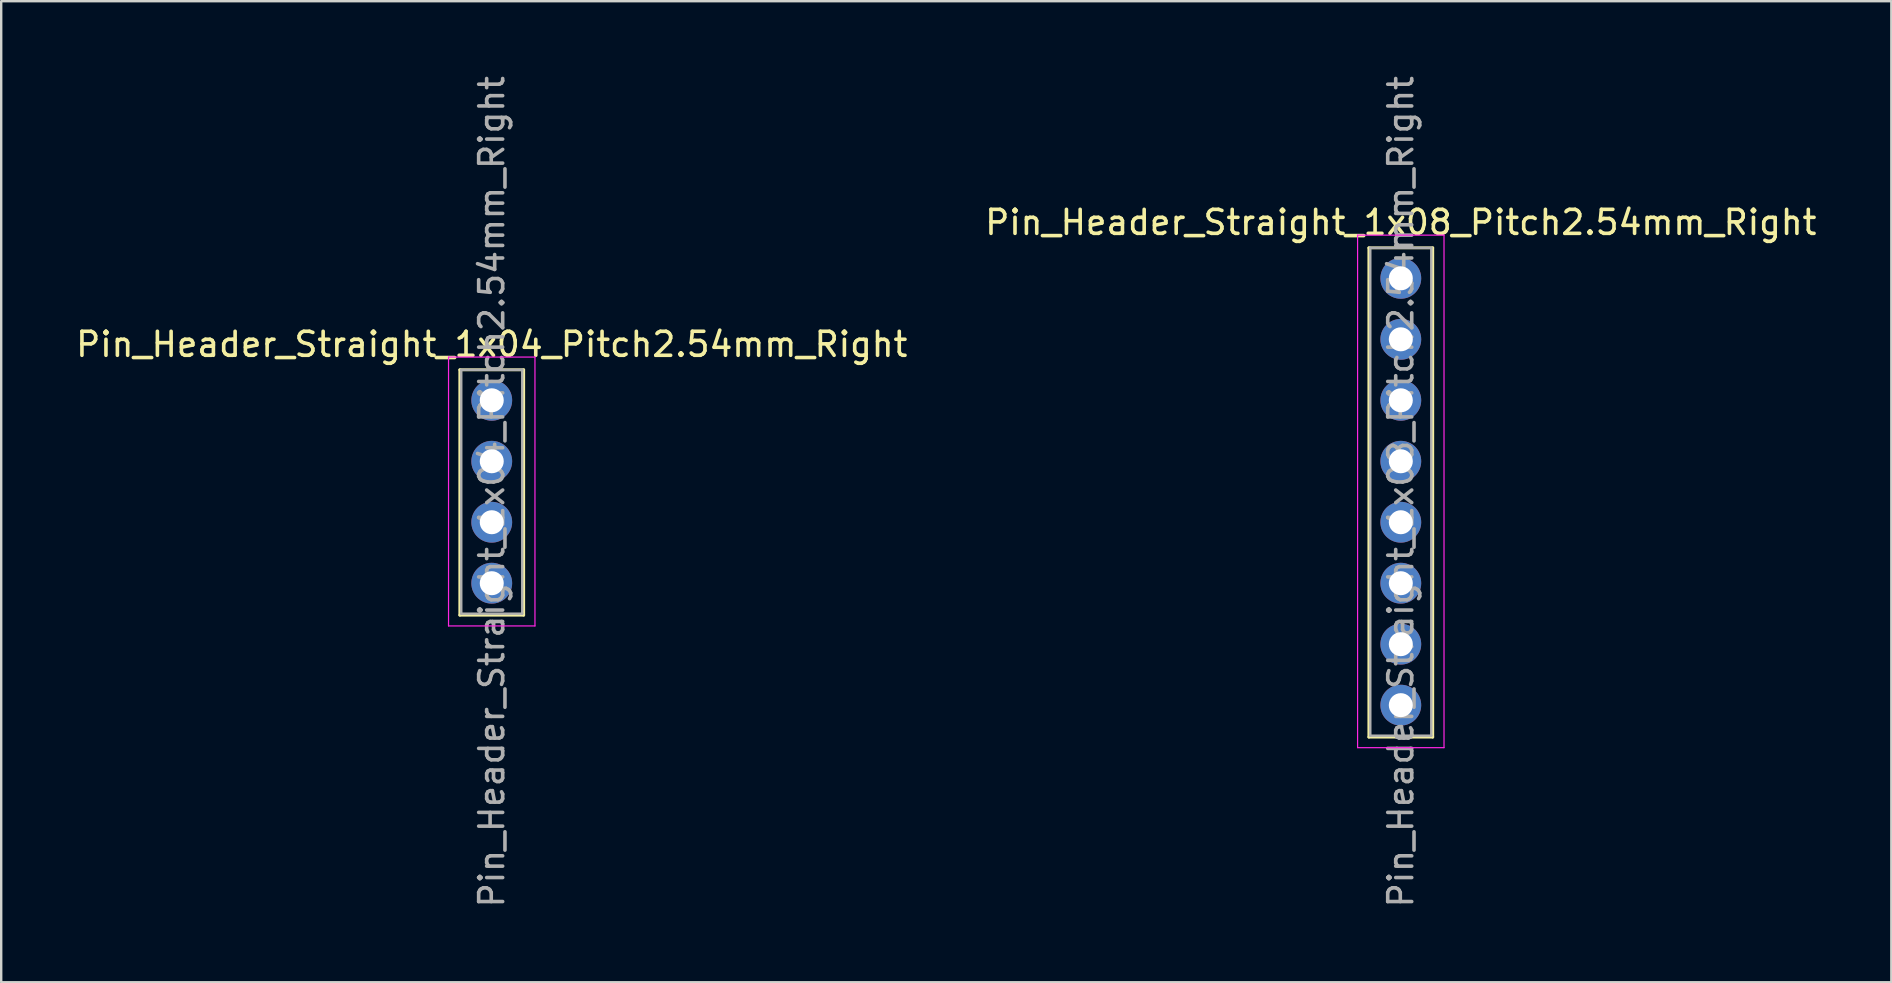
<source format=kicad_pcb>
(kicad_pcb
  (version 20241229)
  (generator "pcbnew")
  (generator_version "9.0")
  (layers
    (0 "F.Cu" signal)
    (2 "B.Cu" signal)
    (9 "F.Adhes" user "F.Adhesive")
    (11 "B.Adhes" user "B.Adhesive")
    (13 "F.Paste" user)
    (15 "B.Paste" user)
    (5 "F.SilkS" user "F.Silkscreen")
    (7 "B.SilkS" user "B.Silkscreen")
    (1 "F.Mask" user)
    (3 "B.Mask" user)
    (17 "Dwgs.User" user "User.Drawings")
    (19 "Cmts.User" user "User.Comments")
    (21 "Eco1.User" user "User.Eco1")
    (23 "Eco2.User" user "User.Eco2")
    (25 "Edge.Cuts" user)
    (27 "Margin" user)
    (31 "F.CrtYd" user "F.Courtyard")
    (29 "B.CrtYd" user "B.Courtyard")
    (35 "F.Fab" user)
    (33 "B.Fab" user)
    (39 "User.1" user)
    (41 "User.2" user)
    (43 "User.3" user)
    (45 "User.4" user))
  (footprint "Pin_Header_Straight_1x08_Pitch2.54mm_Right"
    (layer "F.Cu")
    (at 55.304 8.545)
    (property "Reference" "Pin_Header_Straight_1x08_Pitch2.54mm_Right" (at 0 -2.33 0) (layer "F.SilkS") (effects (font (size 1 1) (thickness 0.15))))
    (attr through_hole)
    (fp_line (start -1.33 -1.27) (end -1.33 19.11) (stroke (width 0.12) (type solid)) (layer "F.SilkS"))
    (fp_line (start -1.33 -1.27) (end 1.33 -1.27) (stroke (width 0.12) (type solid)) (layer "F.SilkS"))
    (fp_line (start -1.33 19.11) (end 1.33 19.11) (stroke (width 0.12) (type solid)) (layer "F.SilkS"))
    (fp_line (start 1.33 -1.27) (end 1.33 19.11) (stroke (width 0.12) (type solid)) (layer "F.SilkS"))
    (fp_line (start -1.8 -1.8) (end -1.8 19.55) (stroke (width 0.05) (type solid)) (layer "F.CrtYd"))
    (fp_line (start -1.8 19.55) (end 1.8 19.55) (stroke (width 0.05) (type solid)) (layer "F.CrtYd"))
    (fp_line (start 1.8 -1.8) (end -1.8 -1.8) (stroke (width 0.05) (type solid)) (layer "F.CrtYd"))
    (fp_line (start 1.8 19.55) (end 1.8 -1.8) (stroke (width 0.05) (type solid)) (layer "F.CrtYd"))
    (fp_line (start -1.27 -1.27) (end 1.27 -1.27) (stroke (width 0.1) (type solid)) (layer "F.Fab"))
    (fp_line (start -1.27 19.05) (end -1.27 -1.27) (stroke (width 0.1) (type solid)) (layer "F.Fab"))
    (fp_line (start 1.27 -1.27) (end 1.27 19.05) (stroke (width 0.1) (type solid)) (layer "F.Fab"))
    (fp_line (start 1.27 19.05) (end -1.27 19.05) (stroke (width 0.1) (type solid)) (layer "F.Fab"))
    (fp_text user "${REFERENCE}" (at 0 8.89 90) (layer "F.Fab") (effects (font (size 1 1) (thickness 0.15))))
    (pad "9" thru_hole oval (at 0 17.78) (size 1.7 1.7) (drill 1) (layers "*.Cu" "*.Mask"))
    (pad "10" thru_hole oval (at 0 15.24) (size 1.7 1.7) (drill 1) (layers "*.Cu" "*.Mask"))
    (pad "11" thru_hole oval (at 0 12.7) (size 1.7 1.7) (drill 1) (layers "*.Cu" "*.Mask"))
    (pad "12" thru_hole oval (at 0 10.16) (size 1.7 1.7) (drill 1) (layers "*.Cu" "*.Mask"))
    (pad "13" thru_hole oval (at 0 7.62) (size 1.7 1.7) (drill 1) (layers "*.Cu" "*.Mask"))
    (pad "14" thru_hole oval (at 0 5.08) (size 1.7 1.7) (drill 1) (layers "*.Cu" "*.Mask"))
    (pad "15" thru_hole oval (at 0 2.54) (size 1.7 1.7) (drill 1) (layers "*.Cu" "*.Mask"))
    (pad "16" thru_hole circle (at 0 0) (size 1.7 1.7) (drill 1) (layers "*.Cu" "*.Mask")))
  (footprint "Pin_Header_Straight_1x04_Pitch2.54mm_Right"
    (layer "F.Cu")
    (at 17.435 13.625)
    (property "Reference" "Pin_Header_Straight_1x04_Pitch2.54mm_Right" (at 0 -2.33 0) (layer "F.SilkS") (effects (font (size 1 1) (thickness 0.15))))
    (attr through_hole)
    (fp_line (start -1.33 -1.27) (end -1.33 8.95) (stroke (width 0.12) (type solid)) (layer "F.SilkS"))
    (fp_line (start -1.33 -1.27) (end 1.33 -1.27) (stroke (width 0.12) (type solid)) (layer "F.SilkS"))
    (fp_line (start -1.33 8.95) (end 1.33 8.95) (stroke (width 0.12) (type solid)) (layer "F.SilkS"))
    (fp_line (start 1.33 -1.27) (end 1.33 8.95) (stroke (width 0.12) (type solid)) (layer "F.SilkS"))
    (fp_line (start -1.8 -1.8) (end -1.8 9.4) (stroke (width 0.05) (type solid)) (layer "F.CrtYd"))
    (fp_line (start -1.8 9.4) (end 1.8 9.4) (stroke (width 0.05) (type solid)) (layer "F.CrtYd"))
    (fp_line (start 1.8 -1.8) (end -1.8 -1.8) (stroke (width 0.05) (type solid)) (layer "F.CrtYd"))
    (fp_line (start 1.8 9.4) (end 1.8 -1.8) (stroke (width 0.05) (type solid)) (layer "F.CrtYd"))
    (fp_line (start -1.27 -1.27) (end 1.27 -1.27) (stroke (width 0.1) (type solid)) (layer "F.Fab"))
    (fp_line (start -1.27 8.89) (end -1.27 -1.27) (stroke (width 0.1) (type solid)) (layer "F.Fab"))
    (fp_line (start 1.27 -1.27) (end 1.27 8.89) (stroke (width 0.1) (type solid)) (layer "F.Fab"))
    (fp_line (start 1.27 8.89) (end -1.27 8.89) (stroke (width 0.1) (type solid)) (layer "F.Fab"))
    (fp_text user "${REFERENCE}" (at 0 3.81 90) (layer "F.Fab") (effects (font (size 1 1) (thickness 0.15))))
    (pad "5" thru_hole oval (at 0 7.62) (size 1.7 1.7) (drill 1) (layers "*.Cu" "*.Mask"))
    (pad "6" thru_hole oval (at 0 5.08) (size 1.7 1.7) (drill 1) (layers "*.Cu" "*.Mask"))
    (pad "7" thru_hole oval (at 0 2.54) (size 1.7 1.7) (drill 1) (layers "*.Cu" "*.Mask"))
    (pad "8" thru_hole circle (at 0 0) (size 1.7 1.7) (drill 1) (layers "*.Cu" "*.Mask")))
  (gr_rect
    (start -3 -3)
    (end 75.738 37.869)
    (stroke (width 0.1) (type default))
    (fill no)
    (layer "Edge.Cuts")))
</source>
